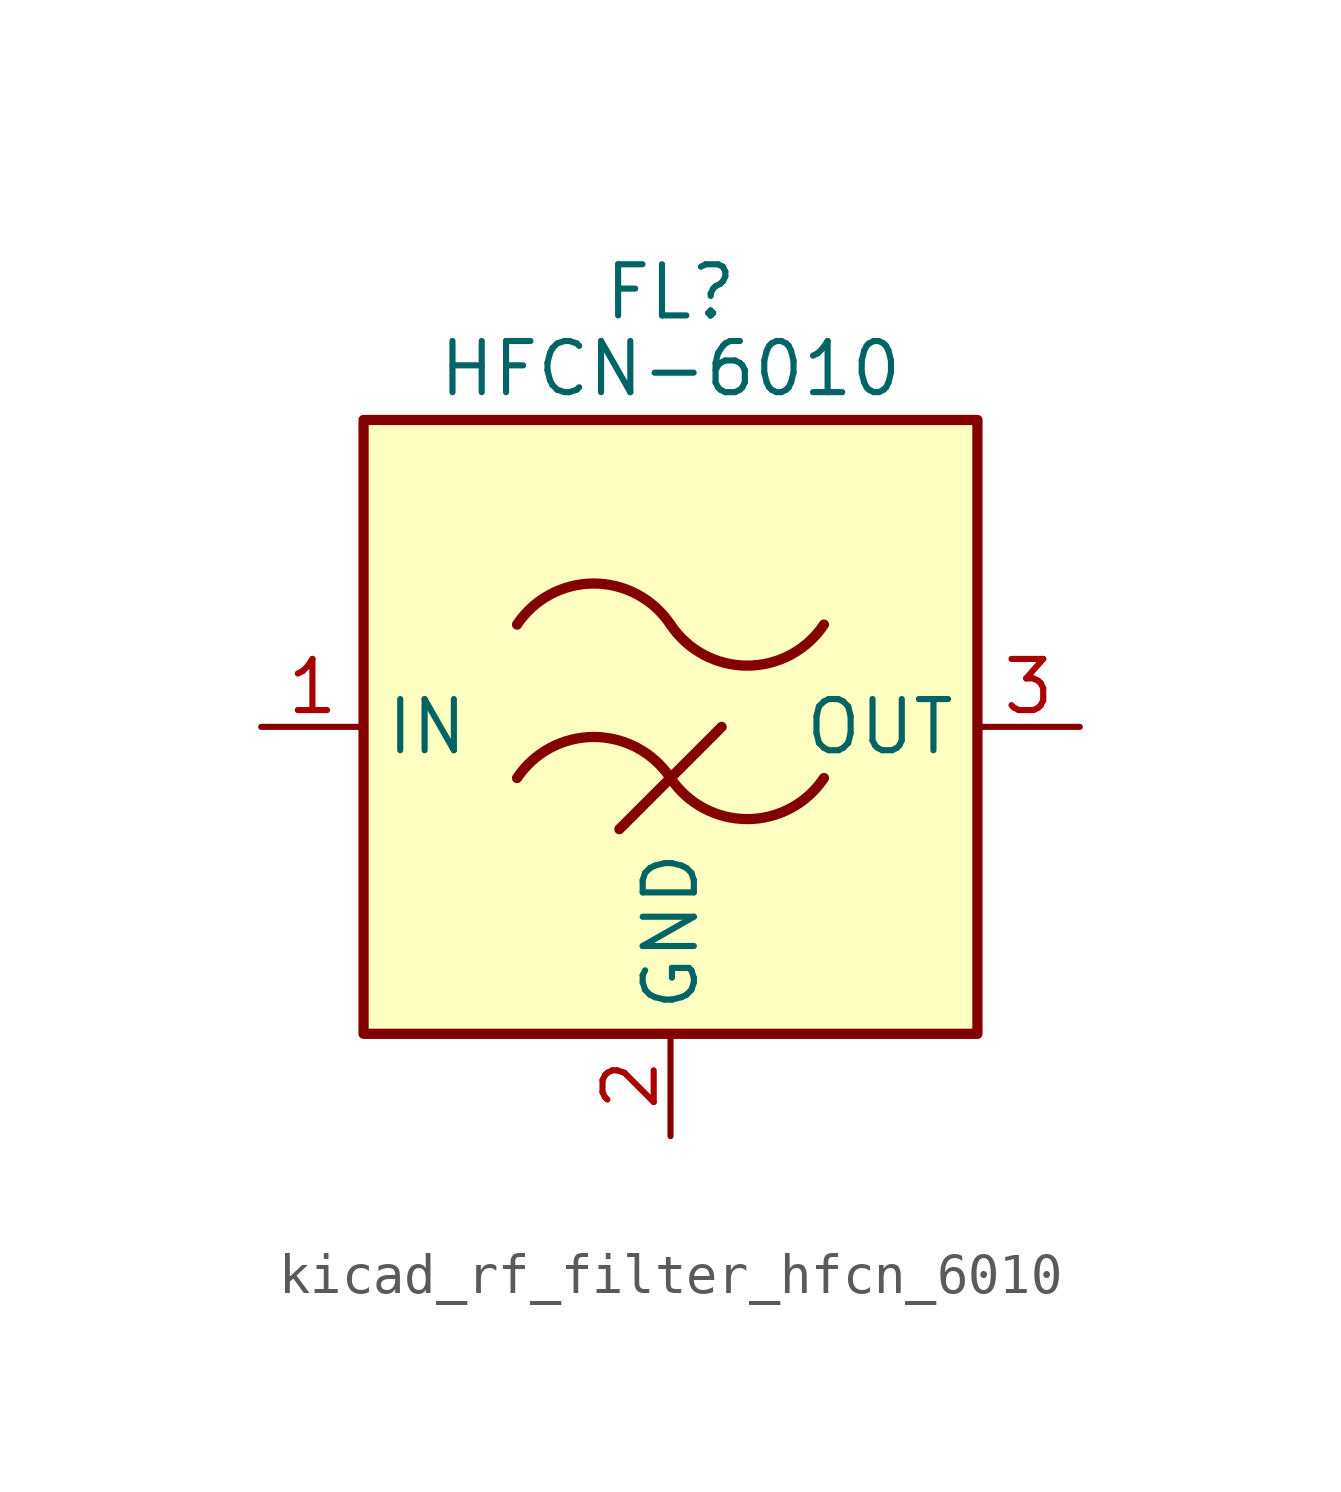
<source format=kicad_sym>
(kicad_symbol_lib
  (version 20220914)
  (generator kicad_symbol_editor)
  (symbol "kicad_rf_filter_hfcn_6010"
    (property "Reference" "FL"
      (at 0 10.795 0)
      (effects (font (size 1.27 1.27))))
    (property "Value" "HFCN-6010"
      (at 0 8.89 0)
      (effects (font (size 1.27 1.27))))
    (symbol "kicad_rf_filter_hfcn_6010_0_1"
      (rectangle (start -7.62 7.62) (end 7.62 -7.62) (stroke (width 0.254) (type default)) (fill (type background)))
      (arc (start 0 -1.27) (mid -1.905 -0.2505) (end -3.81 -1.27) (stroke (width 0.254) (type default)) (fill (type none)))
      (arc (start 0 -1.27) (mid 1.905 -2.2895) (end 3.81 -1.27) (stroke (width 0.254) (type default)) (fill (type none)))
      (polyline (pts (xy -1.27 -2.54) (xy 1.27 0)) (stroke (width 0.254) (type default)) (fill (type none)))
      (arc (start 0 2.54) (mid -1.905 3.5595) (end -3.81 2.54) (stroke (width 0.254) (type default)) (fill (type none)))
      (arc (start 0 2.54) (mid 1.905 1.5205) (end 3.81 2.54) (stroke (width 0.254) (type default)) (fill (type none))))
    (symbol "kicad_rf_filter_hfcn_6010_1_1"
      (pin passive line (at -10.16 0 0) (length 2.54) (name "IN" (effects (font (size 1.27 1.27)))) (number "1" (effects (font (size 1.27 1.27)))))
      (pin passive line (at 0 -10.16 90) (length 2.54) (name "GND" (effects (font (size 1.27 1.27)))) (number "2" (effects (font (size 1.27 1.27)))))
      (pin passive line (at 10.16 0 180) (length 2.54) (name "OUT" (effects (font (size 1.27 1.27)))) (number "3" (effects (font (size 1.27 1.27)))))
      (pin passive line (at 0 -10.16 90) (length 2.54) hide (name "GND" (effects (font (size 1.27 1.27)))) (number "4" (effects (font (size 1.27 1.27)))))
      (pin passive line (at 0 -10.16 90) (length 2.54) hide (name "GND" (effects (font (size 1.27 1.27)))) (number "5" (effects (font (size 1.27 1.27)))))
      (pin passive line (at 0 -10.16 90) (length 2.54) hide (name "GND" (effects (font (size 1.27 1.27)))) (number "6" (effects (font (size 1.27 1.27))))))))
</source>
